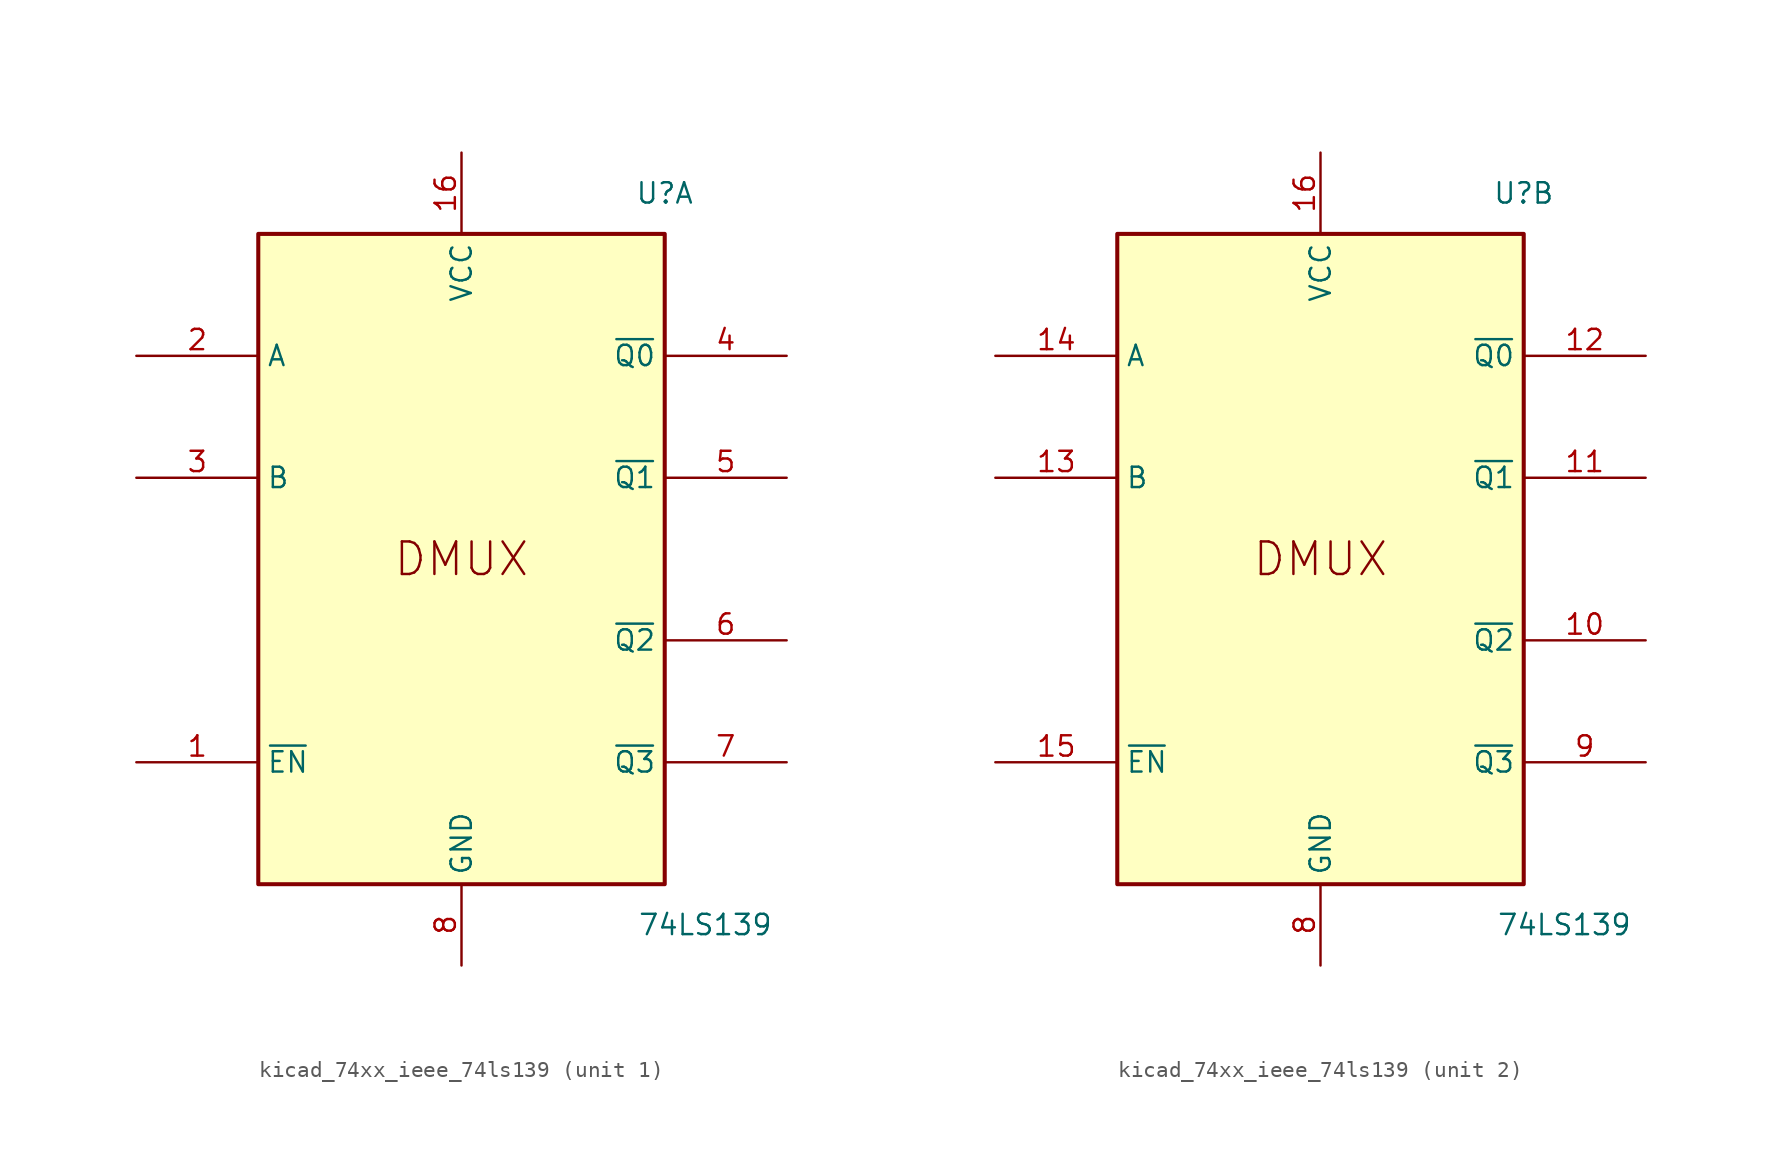
<source format=kicad_sym>
(kicad_symbol_lib
  (version 20220914)
  (generator kicad_symbol_editor)
  (symbol "kicad_74xx_ieee_74ls139"
    (property "Reference" "U"
      (at 12.7 22.86 0)
      (effects (font (size 1.27 1.27))))
    (property "Value" "74LS139"
      (at 15.24 -22.86 0)
      (effects (font (size 1.27 1.27))))
    (symbol "kicad_74xx_ieee_74ls139_0_0"
      (rectangle (start -12.7 20.32) (end 12.7 -20.32) (stroke (width 0.254) (type default)) (fill (type background)))
      (text "DMUX" (at 0 0 0) (effects (font (size 2.032 2.032))))
      (pin power_in line (at 0 25.4 270) (length 5.08) (name "VCC" (effects (font (size 1.27 1.27)))) (number "16" (effects (font (size 1.27 1.27)))))
      (pin power_in line (at 0 -25.4 90) (length 5.08) (name "GND" (effects (font (size 1.27 1.27)))) (number "8" (effects (font (size 1.27 1.27))))))
    (symbol "kicad_74xx_ieee_74ls139_1_1"
      (pin input line (at -20.32 -12.7 0) (length 7.62) (name "~{EN}" (effects (font (size 1.27 1.27)))) (number "1" (effects (font (size 1.27 1.27)))))
      (pin input line (at -20.32 12.7 0) (length 7.62) (name "A" (effects (font (size 1.27 1.27)))) (number "2" (effects (font (size 1.27 1.27)))))
      (pin input line (at -20.32 5.08 0) (length 7.62) (name "B" (effects (font (size 1.27 1.27)))) (number "3" (effects (font (size 1.27 1.27)))))
      (pin output line (at 20.32 12.7 180) (length 7.62) (name "~{Q0}" (effects (font (size 1.27 1.27)))) (number "4" (effects (font (size 1.27 1.27)))))
      (pin output line (at 20.32 5.08 180) (length 7.62) (name "~{Q1}" (effects (font (size 1.27 1.27)))) (number "5" (effects (font (size 1.27 1.27)))))
      (pin output line (at 20.32 -5.08 180) (length 7.62) (name "~{Q2}" (effects (font (size 1.27 1.27)))) (number "6" (effects (font (size 1.27 1.27)))))
      (pin output line (at 20.32 -12.7 180) (length 7.62) (name "~{Q3}" (effects (font (size 1.27 1.27)))) (number "7" (effects (font (size 1.27 1.27))))))
    (symbol "kicad_74xx_ieee_74ls139_2_1"
      (pin output line (at 20.32 -5.08 180) (length 7.62) (name "~{Q2}" (effects (font (size 1.27 1.27)))) (number "10" (effects (font (size 1.27 1.27)))))
      (pin output line (at 20.32 5.08 180) (length 7.62) (name "~{Q1}" (effects (font (size 1.27 1.27)))) (number "11" (effects (font (size 1.27 1.27)))))
      (pin output line (at 20.32 12.7 180) (length 7.62) (name "~{Q0}" (effects (font (size 1.27 1.27)))) (number "12" (effects (font (size 1.27 1.27)))))
      (pin input line (at -20.32 5.08 0) (length 7.62) (name "B" (effects (font (size 1.27 1.27)))) (number "13" (effects (font (size 1.27 1.27)))))
      (pin input line (at -20.32 12.7 0) (length 7.62) (name "A" (effects (font (size 1.27 1.27)))) (number "14" (effects (font (size 1.27 1.27)))))
      (pin input line (at -20.32 -12.7 0) (length 7.62) (name "~{EN}" (effects (font (size 1.27 1.27)))) (number "15" (effects (font (size 1.27 1.27)))))
      (pin output line (at 20.32 -12.7 180) (length 7.62) (name "~{Q3}" (effects (font (size 1.27 1.27)))) (number "9" (effects (font (size 1.27 1.27))))))))
</source>
